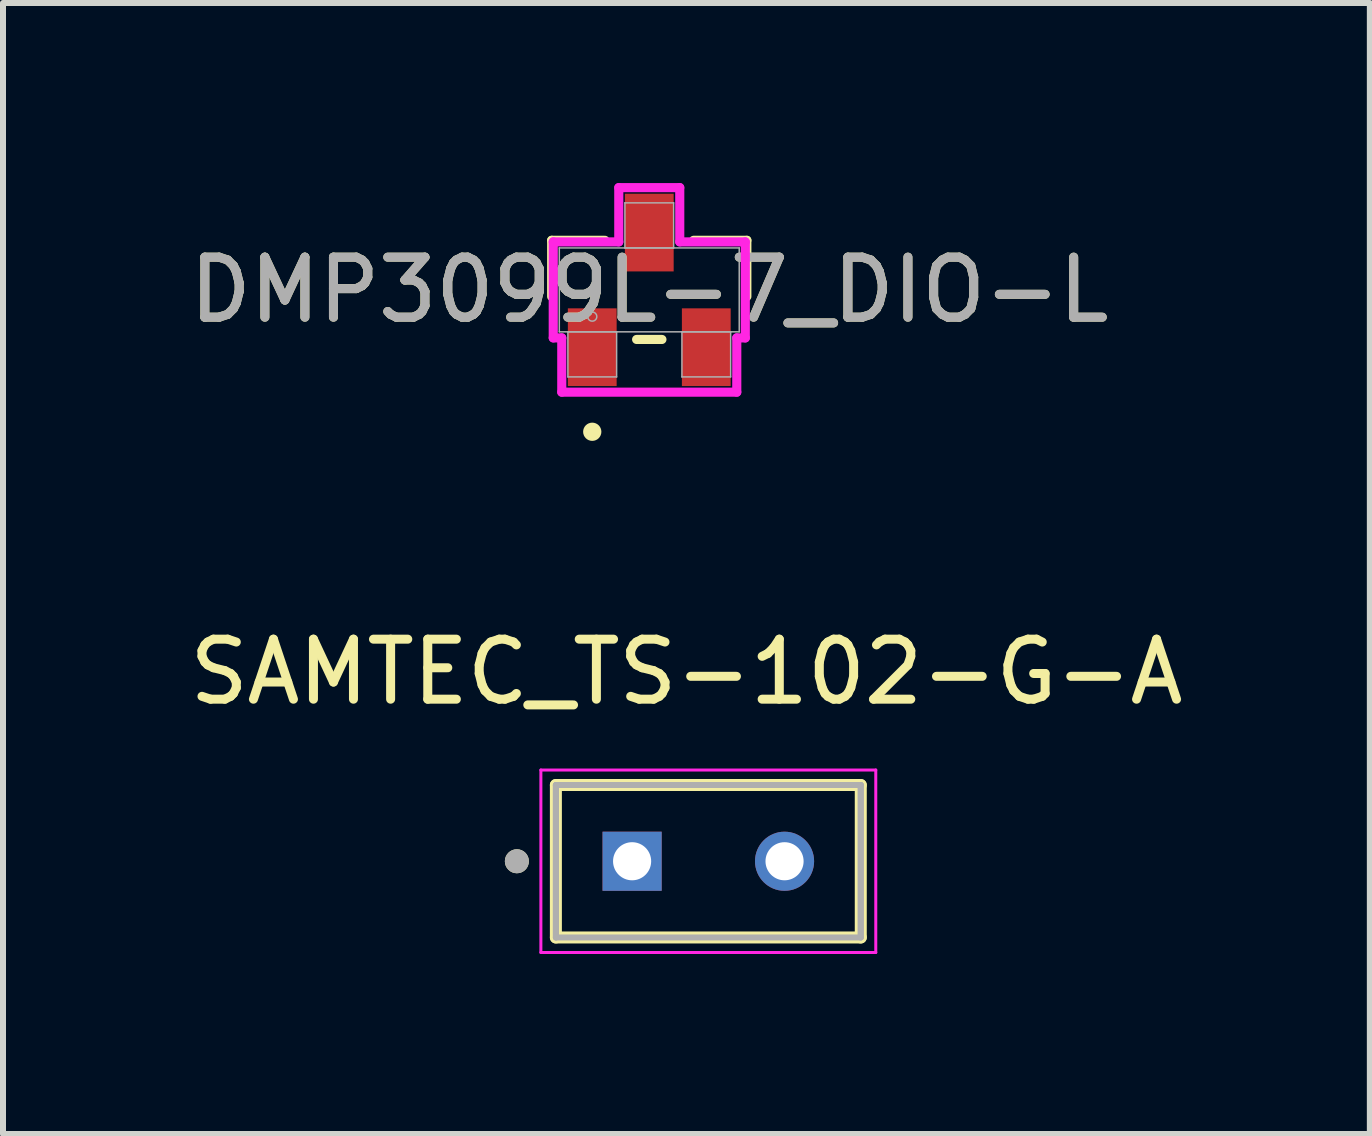
<source format=kicad_pcb>
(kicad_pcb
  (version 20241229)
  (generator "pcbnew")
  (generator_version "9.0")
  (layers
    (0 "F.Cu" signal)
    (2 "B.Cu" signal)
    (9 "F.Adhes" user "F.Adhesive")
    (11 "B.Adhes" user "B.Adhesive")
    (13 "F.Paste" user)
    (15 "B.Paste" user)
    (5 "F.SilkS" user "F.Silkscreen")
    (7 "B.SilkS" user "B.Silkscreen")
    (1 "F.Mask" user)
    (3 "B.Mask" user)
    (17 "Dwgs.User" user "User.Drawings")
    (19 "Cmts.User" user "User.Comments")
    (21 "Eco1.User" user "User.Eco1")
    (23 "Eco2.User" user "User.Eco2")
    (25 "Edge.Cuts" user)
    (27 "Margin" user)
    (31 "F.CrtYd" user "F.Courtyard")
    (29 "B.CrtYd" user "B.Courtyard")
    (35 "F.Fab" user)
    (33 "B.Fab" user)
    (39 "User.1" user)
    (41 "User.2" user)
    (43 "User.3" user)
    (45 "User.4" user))
  (footprint "DMP3099L-7_DIO-L"
    (layer "F.Cu")
    (at 7.768 1.78)
    (property "Reference" "DMP3099L-7_DIO-L" (at 0 0 0) (unlocked yes) (layer "F.SilkS") (effects (font (size 1 1) (thickness 0.15))))
    (attr smd)
    (fp_line (start -1.626 -0.826) (end -1.626 0.111) (stroke (width 0.152) (type solid)) (layer "F.SilkS"))
    (fp_line (start -0.739 -0.826) (end -1.626 -0.826) (stroke (width 0.152) (type solid)) (layer "F.SilkS"))
    (fp_line (start -0.211 0.826) (end 0.211 0.826) (stroke (width 0.152) (type solid)) (layer "F.SilkS"))
    (fp_line (start 1.626 -0.826) (end 0.739 -0.826) (stroke (width 0.152) (type solid)) (layer "F.SilkS"))
    (fp_line (start 1.626 0.111) (end 1.626 -0.826) (stroke (width 0.152) (type solid)) (layer "F.SilkS"))
    (fp_circle (center -0.95 2.364) (end -0.874 2.364) (stroke (width 0.152) (type solid)) (fill no) (layer "F.SilkS"))
    (fp_line (start -1.6 -0.8) (end -0.508 -0.8) (stroke (width 0.152) (type solid)) (layer "F.CrtYd"))
    (fp_line (start -1.6 0.8) (end -1.6 -0.8) (stroke (width 0.152) (type solid)) (layer "F.CrtYd"))
    (fp_line (start -1.6 0.8) (end -1.458 0.8) (stroke (width 0.152) (type solid)) (layer "F.CrtYd"))
    (fp_line (start -1.458 0.8) (end -1.458 1.704) (stroke (width 0.152) (type solid)) (layer "F.CrtYd"))
    (fp_line (start -1.458 1.704) (end 1.458 1.704) (stroke (width 0.152) (type solid)) (layer "F.CrtYd"))
    (fp_line (start -0.508 -1.704) (end 0.508 -1.704) (stroke (width 0.152) (type solid)) (layer "F.CrtYd"))
    (fp_line (start -0.508 -0.8) (end -0.508 -1.704) (stroke (width 0.152) (type solid)) (layer "F.CrtYd"))
    (fp_line (start 0.508 -0.8) (end 0.508 -1.704) (stroke (width 0.152) (type solid)) (layer "F.CrtYd"))
    (fp_line (start 1.458 0.8) (end 1.458 1.704) (stroke (width 0.152) (type solid)) (layer "F.CrtYd"))
    (fp_line (start 1.6 -0.8) (end 0.508 -0.8) (stroke (width 0.152) (type solid)) (layer "F.CrtYd"))
    (fp_line (start 1.6 -0.8) (end 1.6 0.8) (stroke (width 0.152) (type solid)) (layer "F.CrtYd"))
    (fp_line (start 1.6 0.8) (end 1.458 0.8) (stroke (width 0.152) (type solid)) (layer "F.CrtYd"))
    (fp_line (start -1.499 -0.699) (end -1.499 0.699) (stroke (width 0.025) (type solid)) (layer "F.Fab"))
    (fp_line (start -1.499 0.699) (end 1.499 0.699) (stroke (width 0.025) (type solid)) (layer "F.Fab"))
    (fp_line (start -1.356 0.699) (end -1.356 1.45) (stroke (width 0.025) (type solid)) (layer "F.Fab"))
    (fp_line (start -1.356 1.45) (end -0.544 1.45) (stroke (width 0.025) (type solid)) (layer "F.Fab"))
    (fp_line (start -0.544 0.699) (end -1.356 0.699) (stroke (width 0.025) (type solid)) (layer "F.Fab"))
    (fp_line (start -0.544 1.45) (end -0.544 0.699) (stroke (width 0.025) (type solid)) (layer "F.Fab"))
    (fp_line (start -0.406 -1.45) (end -0.406 -0.699) (stroke (width 0.025) (type solid)) (layer "F.Fab"))
    (fp_line (start -0.406 -0.699) (end 0.406 -0.699) (stroke (width 0.025) (type solid)) (layer "F.Fab"))
    (fp_line (start 0.406 -1.45) (end -0.406 -1.45) (stroke (width 0.025) (type solid)) (layer "F.Fab"))
    (fp_line (start 0.406 -0.699) (end 0.406 -1.45) (stroke (width 0.025) (type solid)) (layer "F.Fab"))
    (fp_line (start 0.544 0.699) (end 0.544 1.45) (stroke (width 0.025) (type solid)) (layer "F.Fab"))
    (fp_line (start 0.544 1.45) (end 1.356 1.45) (stroke (width 0.025) (type solid)) (layer "F.Fab"))
    (fp_line (start 1.356 0.699) (end 0.544 0.699) (stroke (width 0.025) (type solid)) (layer "F.Fab"))
    (fp_line (start 1.356 1.45) (end 1.356 0.699) (stroke (width 0.025) (type solid)) (layer "F.Fab"))
    (fp_line (start 1.499 -0.699) (end -1.499 -0.699) (stroke (width 0.025) (type solid)) (layer "F.Fab"))
    (fp_line (start 1.499 0.699) (end 1.499 -0.699) (stroke (width 0.025) (type solid)) (layer "F.Fab"))
    (fp_circle (center -0.95 0.445) (end -0.874 0.445) (stroke (width 0.025) (type solid)) (fill no) (layer "F.Fab"))
    (fp_text user "${REFERENCE}" (at 0 0 0) (unlocked yes) (layer "F.Fab") (effects (font (size 1 1) (thickness 0.15))))
    (pad "1" smd rect (at -0.95 0.955) (size 0.813 1.295) (layers "F.Cu" "F.Mask" "F.Paste"))
    (pad "2" smd rect (at 0.95 0.955) (size 0.813 1.295) (layers "F.Cu" "F.Mask" "F.Paste"))
    (pad "3" smd rect (at 0 -0.955) (size 0.813 1.295) (layers "F.Cu" "F.Mask" "F.Paste")))
  (footprint "SAMTEC_TS-102-G-A"
    (layer "F.Cu")
    (at 8.752 11.3)
    (property "Reference" "SAMTEC_TS-102-G-A" (at -0.365 -3.155 0) (layer "F.SilkS") (effects (font (size 1 1) (thickness 0.15))))
    (attr through_hole)
    (fp_line (start -2.54 1.27) (end -2.54 -1.27) (stroke (width 0.2) (type solid)) (layer "F.SilkS"))
    (fp_line (start 2.54 -1.27) (end -2.54 -1.27) (stroke (width 0.2) (type solid)) (layer "F.SilkS"))
    (fp_line (start 2.54 -1.27) (end 2.54 1.27) (stroke (width 0.2) (type solid)) (layer "F.SilkS"))
    (fp_line (start 2.54 1.27) (end -2.54 1.27) (stroke (width 0.2) (type solid)) (layer "F.SilkS"))
    (fp_circle (center -3.19 0) (end -3.09 0) (stroke (width 0.2) (type solid)) (fill no) (layer "F.SilkS"))
    (fp_line (start -2.79 -1.52) (end 2.79 -1.52) (stroke (width 0.05) (type solid)) (layer "F.CrtYd"))
    (fp_line (start -2.79 1.52) (end -2.79 -1.52) (stroke (width 0.05) (type solid)) (layer "F.CrtYd"))
    (fp_line (start 2.79 -1.52) (end 2.79 1.52) (stroke (width 0.05) (type solid)) (layer "F.CrtYd"))
    (fp_line (start 2.79 1.52) (end -2.79 1.52) (stroke (width 0.05) (type solid)) (layer "F.CrtYd"))
    (fp_line (start -2.54 -1.27) (end 2.54 -1.27) (stroke (width 0.1) (type solid)) (layer "F.Fab"))
    (fp_line (start -2.54 -1.27) (end 2.54 -1.27) (stroke (width 0.1) (type solid)) (layer "F.Fab"))
    (fp_line (start -2.54 1.27) (end -2.54 -1.27) (stroke (width 0.1) (type solid)) (layer "F.Fab"))
    (fp_line (start -2.54 1.27) (end -2.54 -1.27) (stroke (width 0.1) (type solid)) (layer "F.Fab"))
    (fp_line (start 2.54 -1.27) (end 2.54 1.27) (stroke (width 0.1) (type solid)) (layer "F.Fab"))
    (fp_line (start 2.54 -1.27) (end 2.54 1.27) (stroke (width 0.1) (type solid)) (layer "F.Fab"))
    (fp_line (start 2.54 1.27) (end -2.54 1.27) (stroke (width 0.1) (type solid)) (layer "F.Fab"))
    (fp_circle (center -3.19 0) (end -3.09 0) (stroke (width 0.2) (type solid)) (fill no) (layer "F.Fab"))
    (pad "01" thru_hole rect (at -1.27 0) (size 0.985 0.985) (drill 0.635) (layers "*.Cu" "*.Mask"))
    (pad "02" thru_hole circle (at 1.27 0) (size 0.985 0.985) (drill 0.635) (layers "*.Cu" "*.Mask")))
  (gr_rect
    (start -3 -3)
    (end 19.774 15.845)
    (stroke (width 0.1) (type default))
    (fill no)
    (layer "Edge.Cuts")))
</source>
